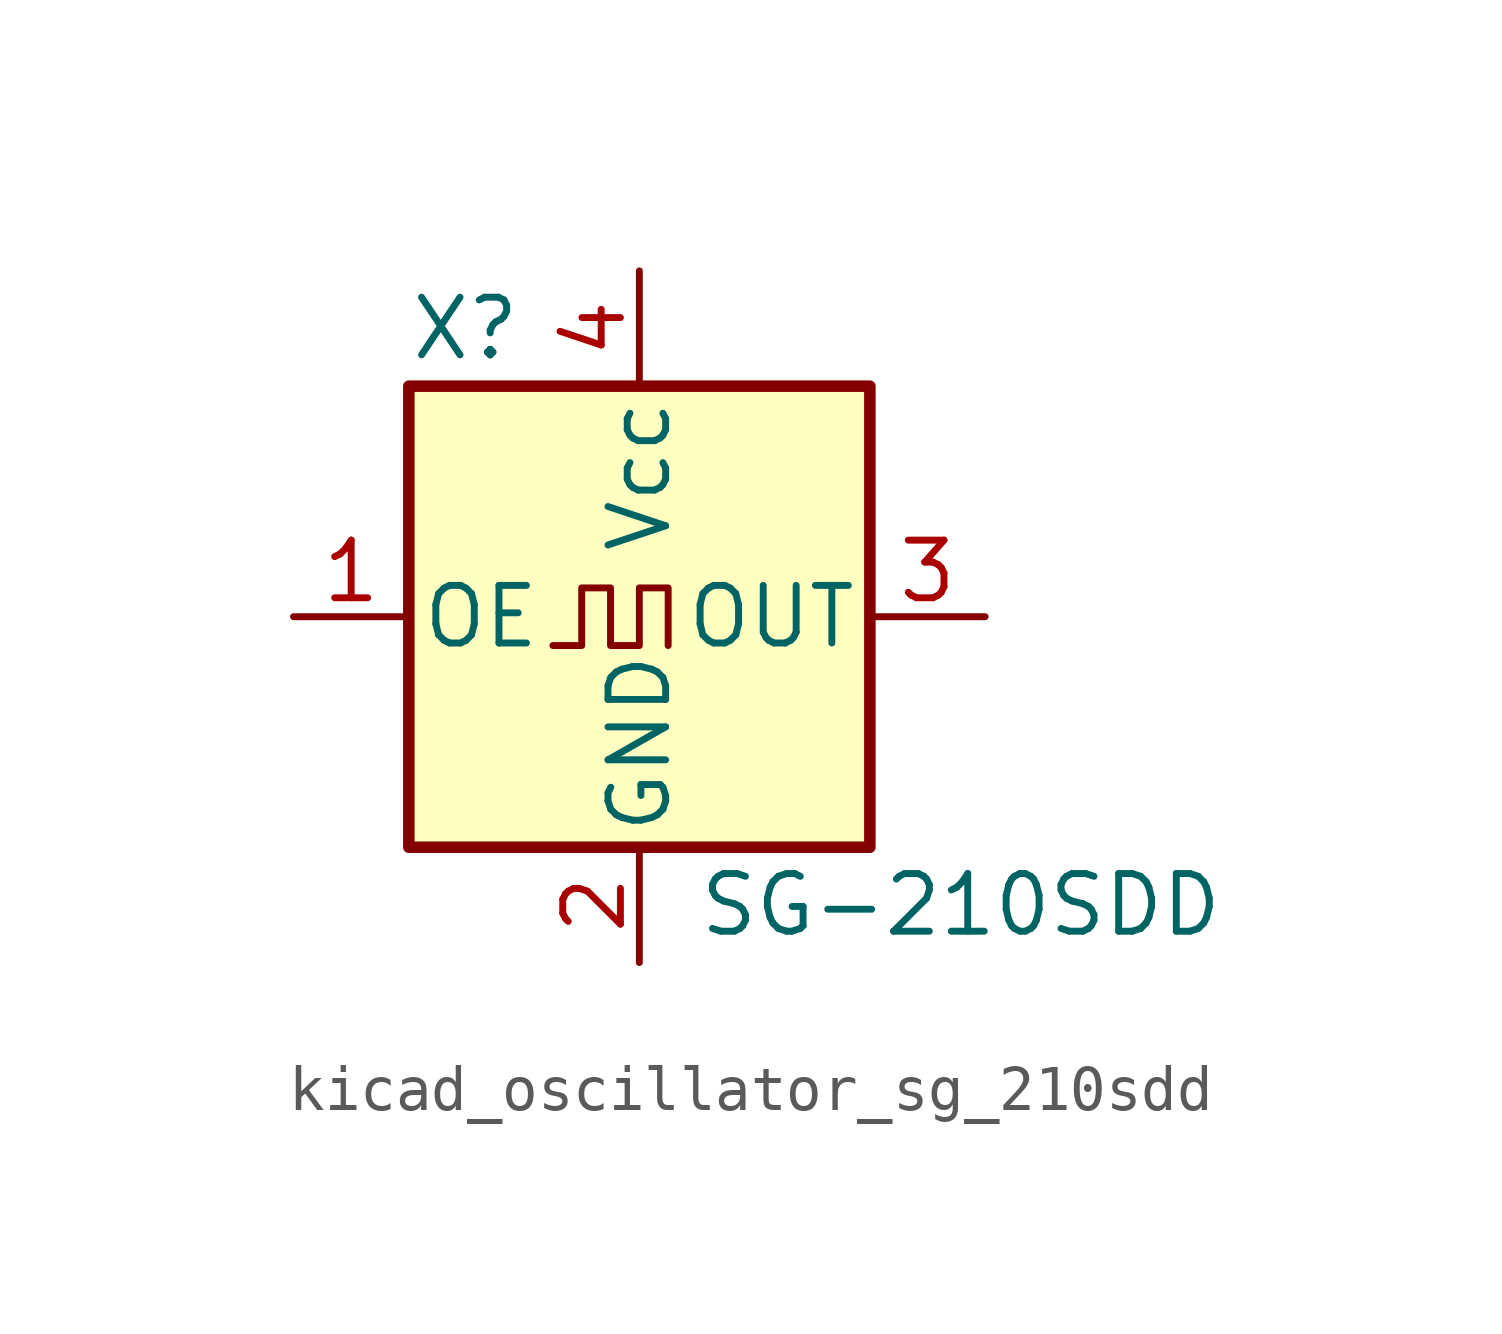
<source format=kicad_sym>
(kicad_symbol_lib
  (version 20220914)
  (generator kicad_symbol_editor)
  (symbol "kicad_oscillator_sg_210sdd"
    (pin_names
      (offset 0.254))
    (property "Reference" "X"
      (at -5.08 6.35 0)
      (effects (font (size 1.27 1.27)) (justify left)))
    (property "Value" "SG-210SDD"
      (at 1.27 -6.35 0)
      (effects (font (size 1.27 1.27)) (justify left)))
    (symbol "kicad_oscillator_sg_210sdd_0_1"
      (rectangle (start -5.08 5.08) (end 5.08 -5.08) (stroke (width 0.254) (type default)) (fill (type background)))
      (polyline (pts (xy -1.905 -0.635) (xy -1.27 -0.635) (xy -1.27 0.635) (xy -0.635 0.635) (xy -0.635 -0.635) (xy 0 -0.635) (xy 0 0.635) (xy 0.635 0.635) (xy 0.635 -0.635)) (stroke (width 0) (type default)) (fill (type none))))
    (symbol "kicad_oscillator_sg_210sdd_1_1"
      (pin input line (at -7.62 0 0) (length 2.54) (name "OE" (effects (font (size 1.27 1.27)))) (number "1" (effects (font (size 1.27 1.27)))))
      (pin power_in line (at 0 -7.62 90) (length 2.54) (name "GND" (effects (font (size 1.27 1.27)))) (number "2" (effects (font (size 1.27 1.27)))))
      (pin output line (at 7.62 0 180) (length 2.54) (name "OUT" (effects (font (size 1.27 1.27)))) (number "3" (effects (font (size 1.27 1.27)))))
      (pin power_in line (at 0 7.62 270) (length 2.54) (name "Vcc" (effects (font (size 1.27 1.27)))) (number "4" (effects (font (size 1.27 1.27))))))))
</source>
